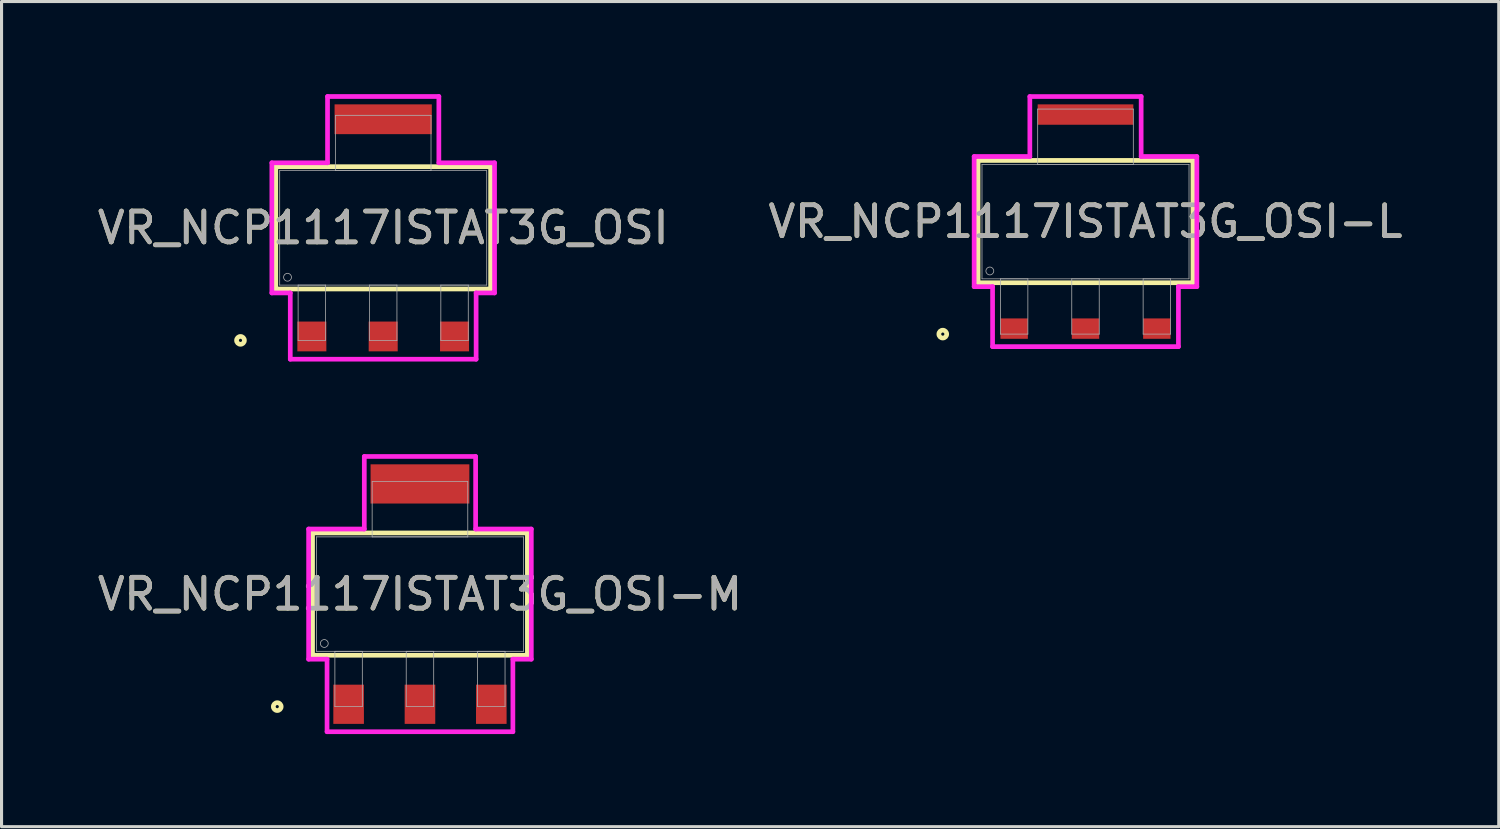
<source format=kicad_pcb>
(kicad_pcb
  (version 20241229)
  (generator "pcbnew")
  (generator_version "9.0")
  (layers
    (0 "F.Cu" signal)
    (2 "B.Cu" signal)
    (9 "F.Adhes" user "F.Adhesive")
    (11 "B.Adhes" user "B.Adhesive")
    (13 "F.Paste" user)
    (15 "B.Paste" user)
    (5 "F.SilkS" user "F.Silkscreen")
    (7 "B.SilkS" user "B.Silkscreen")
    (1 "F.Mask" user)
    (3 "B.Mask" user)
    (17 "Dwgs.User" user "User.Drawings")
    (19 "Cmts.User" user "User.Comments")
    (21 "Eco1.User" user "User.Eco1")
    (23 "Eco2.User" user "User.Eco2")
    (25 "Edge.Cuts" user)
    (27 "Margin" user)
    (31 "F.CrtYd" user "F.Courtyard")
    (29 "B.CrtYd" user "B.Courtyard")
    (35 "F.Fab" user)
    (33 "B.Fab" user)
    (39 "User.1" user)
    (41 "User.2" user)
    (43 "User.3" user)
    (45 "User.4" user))
  (footprint "VR_NCP1117ISTAT3G_OSI-M"
    (layer "F.Cu")
    (at 10.554 16.195)
    (property "Reference" "VR_NCP1117ISTAT3G_OSI-M" (at 0 0 0) (unlocked yes) (layer "F.SilkS") (effects (font (size 1 1) (thickness 0.15))))
    (attr smd)
    (fp_line (start -3.48 -1.981) (end -3.48 1.981) (stroke (width 0.152) (type solid)) (layer "F.SilkS"))
    (fp_line (start -3.48 1.981) (end 3.48 1.981) (stroke (width 0.152) (type solid)) (layer "F.SilkS"))
    (fp_line (start 3.48 -1.981) (end -3.48 -1.981) (stroke (width 0.152) (type solid)) (layer "F.SilkS"))
    (fp_line (start 3.48 1.981) (end 3.48 -1.981) (stroke (width 0.152) (type solid)) (layer "F.SilkS"))
    (fp_circle (center -4.623 3.645) (end -4.496 3.645) (stroke (width 0.152) (type solid)) (fill no) (layer "F.SilkS"))
    (fp_line (start -3.607 -2.108) (end -1.803 -2.108) (stroke (width 0.152) (type solid)) (layer "F.CrtYd"))
    (fp_line (start -3.607 2.108) (end -3.607 -2.108) (stroke (width 0.152) (type solid)) (layer "F.CrtYd"))
    (fp_line (start -3.01 2.108) (end -3.607 2.108) (stroke (width 0.152) (type solid)) (layer "F.CrtYd"))
    (fp_line (start -3.01 4.458) (end -3.01 2.108) (stroke (width 0.152) (type solid)) (layer "F.CrtYd"))
    (fp_line (start -1.803 -4.458) (end 1.803 -4.458) (stroke (width 0.152) (type solid)) (layer "F.CrtYd"))
    (fp_line (start -1.803 -2.108) (end -1.803 -4.458) (stroke (width 0.152) (type solid)) (layer "F.CrtYd"))
    (fp_line (start 1.803 -4.458) (end 1.803 -2.108) (stroke (width 0.152) (type solid)) (layer "F.CrtYd"))
    (fp_line (start 1.803 -2.108) (end 3.607 -2.108) (stroke (width 0.152) (type solid)) (layer "F.CrtYd"))
    (fp_line (start 3.01 2.108) (end 3.01 4.458) (stroke (width 0.152) (type solid)) (layer "F.CrtYd"))
    (fp_line (start 3.01 4.458) (end -3.01 4.458) (stroke (width 0.152) (type solid)) (layer "F.CrtYd"))
    (fp_line (start 3.607 -2.108) (end 3.607 2.108) (stroke (width 0.152) (type solid)) (layer "F.CrtYd"))
    (fp_line (start 3.607 2.108) (end 3.01 2.108) (stroke (width 0.152) (type solid)) (layer "F.CrtYd"))
    (fp_line (start -3.353 -1.854) (end -3.353 1.854) (stroke (width 0.025) (type solid)) (layer "F.Fab"))
    (fp_line (start -3.353 1.854) (end 3.353 1.854) (stroke (width 0.025) (type solid)) (layer "F.Fab"))
    (fp_line (start -2.756 1.854) (end -2.756 3.645) (stroke (width 0.025) (type solid)) (layer "F.Fab"))
    (fp_line (start -2.756 3.645) (end -1.867 3.645) (stroke (width 0.025) (type solid)) (layer "F.Fab"))
    (fp_line (start -1.867 1.854) (end -2.756 1.854) (stroke (width 0.025) (type solid)) (layer "F.Fab"))
    (fp_line (start -1.867 3.645) (end -1.867 1.854) (stroke (width 0.025) (type solid)) (layer "F.Fab"))
    (fp_line (start -1.549 -3.645) (end -1.549 -1.854) (stroke (width 0.025) (type solid)) (layer "F.Fab"))
    (fp_line (start -1.549 -1.854) (end 1.549 -1.854) (stroke (width 0.025) (type solid)) (layer "F.Fab"))
    (fp_line (start -0.445 1.854) (end -0.445 3.645) (stroke (width 0.025) (type solid)) (layer "F.Fab"))
    (fp_line (start -0.445 3.645) (end 0.445 3.645) (stroke (width 0.025) (type solid)) (layer "F.Fab"))
    (fp_line (start 0.445 1.854) (end -0.445 1.854) (stroke (width 0.025) (type solid)) (layer "F.Fab"))
    (fp_line (start 0.445 3.645) (end 0.445 1.854) (stroke (width 0.025) (type solid)) (layer "F.Fab"))
    (fp_line (start 1.549 -3.645) (end -1.549 -3.645) (stroke (width 0.025) (type solid)) (layer "F.Fab"))
    (fp_line (start 1.549 -1.854) (end 1.549 -3.645) (stroke (width 0.025) (type solid)) (layer "F.Fab"))
    (fp_line (start 1.867 1.854) (end 1.867 3.645) (stroke (width 0.025) (type solid)) (layer "F.Fab"))
    (fp_line (start 1.867 3.645) (end 2.756 3.645) (stroke (width 0.025) (type solid)) (layer "F.Fab"))
    (fp_line (start 2.756 1.854) (end 1.867 1.854) (stroke (width 0.025) (type solid)) (layer "F.Fab"))
    (fp_line (start 2.756 3.645) (end 2.756 1.854) (stroke (width 0.025) (type solid)) (layer "F.Fab"))
    (fp_line (start 3.353 -1.854) (end -3.353 -1.854) (stroke (width 0.025) (type solid)) (layer "F.Fab"))
    (fp_line (start 3.353 1.854) (end 3.353 -1.854) (stroke (width 0.025) (type solid)) (layer "F.Fab"))
    (fp_circle (center -3.099 1.6) (end -2.972 1.6) (stroke (width 0.025) (type solid)) (fill no) (layer "F.Fab"))
    (fp_text user "${REFERENCE}" (at 0 0 0) (unlocked yes) (layer "F.Fab") (effects (font (size 1 1) (thickness 0.15))))
    (pad "1" smd rect (at -2.311 3.569) (size 0.991 1.27) (layers "F.Cu" "F.Mask" "F.Paste"))
    (pad "2" smd rect (at 0 3.569) (size 0.991 1.27) (layers "F.Cu" "F.Mask" "F.Paste"))
    (pad "3" smd rect (at 2.311 3.569) (size 0.991 1.27) (layers "F.Cu" "F.Mask" "F.Paste"))
    (pad "4" smd rect (at 0 -3.569) (size 3.2 1.27) (layers "F.Cu" "F.Mask" "F.Paste")))
  (footprint "VR_NCP1117ISTAT3G_OSI-L"
    (layer "F.Cu")
    (at 32.113 4.128)
    (property "Reference" "VR_NCP1117ISTAT3G_OSI-L" (at 0 0 0) (unlocked yes) (layer "F.SilkS") (effects (font (size 1 1) (thickness 0.15))))
    (attr smd)
    (fp_line (start -3.48 -1.981) (end -3.48 1.981) (stroke (width 0.152) (type solid)) (layer "F.SilkS"))
    (fp_line (start -3.48 1.981) (end 3.48 1.981) (stroke (width 0.152) (type solid)) (layer "F.SilkS"))
    (fp_line (start 3.48 -1.981) (end -3.48 -1.981) (stroke (width 0.152) (type solid)) (layer "F.SilkS"))
    (fp_line (start 3.48 1.981) (end 3.48 -1.981) (stroke (width 0.152) (type solid)) (layer "F.SilkS"))
    (fp_circle (center -4.623 3.645) (end -4.496 3.645) (stroke (width 0.152) (type solid)) (fill no) (layer "F.SilkS"))
    (fp_line (start -3.607 -2.108) (end -1.803 -2.108) (stroke (width 0.152) (type solid)) (layer "F.CrtYd"))
    (fp_line (start -3.607 2.108) (end -3.607 -2.108) (stroke (width 0.152) (type solid)) (layer "F.CrtYd"))
    (fp_line (start -3.01 2.108) (end -3.607 2.108) (stroke (width 0.152) (type solid)) (layer "F.CrtYd"))
    (fp_line (start -3.01 4.051) (end -3.01 2.108) (stroke (width 0.152) (type solid)) (layer "F.CrtYd"))
    (fp_line (start -1.803 -4.051) (end 1.803 -4.051) (stroke (width 0.152) (type solid)) (layer "F.CrtYd"))
    (fp_line (start -1.803 -2.108) (end -1.803 -4.051) (stroke (width 0.152) (type solid)) (layer "F.CrtYd"))
    (fp_line (start 1.803 -4.051) (end 1.803 -2.108) (stroke (width 0.152) (type solid)) (layer "F.CrtYd"))
    (fp_line (start 1.803 -2.108) (end 3.607 -2.108) (stroke (width 0.152) (type solid)) (layer "F.CrtYd"))
    (fp_line (start 3.01 2.108) (end 3.01 4.051) (stroke (width 0.152) (type solid)) (layer "F.CrtYd"))
    (fp_line (start 3.01 4.051) (end -3.01 4.051) (stroke (width 0.152) (type solid)) (layer "F.CrtYd"))
    (fp_line (start 3.607 -2.108) (end 3.607 2.108) (stroke (width 0.152) (type solid)) (layer "F.CrtYd"))
    (fp_line (start 3.607 2.108) (end 3.01 2.108) (stroke (width 0.152) (type solid)) (layer "F.CrtYd"))
    (fp_line (start -3.353 -1.854) (end -3.353 1.854) (stroke (width 0.025) (type solid)) (layer "F.Fab"))
    (fp_line (start -3.353 1.854) (end 3.353 1.854) (stroke (width 0.025) (type solid)) (layer "F.Fab"))
    (fp_line (start -2.756 1.854) (end -2.756 3.645) (stroke (width 0.025) (type solid)) (layer "F.Fab"))
    (fp_line (start -2.756 3.645) (end -1.867 3.645) (stroke (width 0.025) (type solid)) (layer "F.Fab"))
    (fp_line (start -1.867 1.854) (end -2.756 1.854) (stroke (width 0.025) (type solid)) (layer "F.Fab"))
    (fp_line (start -1.867 3.645) (end -1.867 1.854) (stroke (width 0.025) (type solid)) (layer "F.Fab"))
    (fp_line (start -1.549 -3.645) (end -1.549 -1.854) (stroke (width 0.025) (type solid)) (layer "F.Fab"))
    (fp_line (start -1.549 -1.854) (end 1.549 -1.854) (stroke (width 0.025) (type solid)) (layer "F.Fab"))
    (fp_line (start -0.445 1.854) (end -0.445 3.645) (stroke (width 0.025) (type solid)) (layer "F.Fab"))
    (fp_line (start -0.445 3.645) (end 0.445 3.645) (stroke (width 0.025) (type solid)) (layer "F.Fab"))
    (fp_line (start 0.445 1.854) (end -0.445 1.854) (stroke (width 0.025) (type solid)) (layer "F.Fab"))
    (fp_line (start 0.445 3.645) (end 0.445 1.854) (stroke (width 0.025) (type solid)) (layer "F.Fab"))
    (fp_line (start 1.549 -3.645) (end -1.549 -3.645) (stroke (width 0.025) (type solid)) (layer "F.Fab"))
    (fp_line (start 1.549 -1.854) (end 1.549 -3.645) (stroke (width 0.025) (type solid)) (layer "F.Fab"))
    (fp_line (start 1.867 1.854) (end 1.867 3.645) (stroke (width 0.025) (type solid)) (layer "F.Fab"))
    (fp_line (start 1.867 3.645) (end 2.756 3.645) (stroke (width 0.025) (type solid)) (layer "F.Fab"))
    (fp_line (start 2.756 1.854) (end 1.867 1.854) (stroke (width 0.025) (type solid)) (layer "F.Fab"))
    (fp_line (start 2.756 3.645) (end 2.756 1.854) (stroke (width 0.025) (type solid)) (layer "F.Fab"))
    (fp_line (start 3.353 -1.854) (end -3.353 -1.854) (stroke (width 0.025) (type solid)) (layer "F.Fab"))
    (fp_line (start 3.353 1.854) (end 3.353 -1.854) (stroke (width 0.025) (type solid)) (layer "F.Fab"))
    (fp_circle (center -3.099 1.6) (end -2.972 1.6) (stroke (width 0.025) (type solid)) (fill no) (layer "F.Fab"))
    (fp_text user "${REFERENCE}" (at 0 0 0) (unlocked yes) (layer "F.Fab") (effects (font (size 1 1) (thickness 0.15))))
    (pad "1" smd rect (at -2.311 3.467) (size 0.889 0.66) (layers "F.Cu" "F.Mask" "F.Paste"))
    (pad "2" smd rect (at 0 3.467) (size 0.889 0.66) (layers "F.Cu" "F.Mask" "F.Paste"))
    (pad "3" smd rect (at 2.311 3.467) (size 0.889 0.66) (layers "F.Cu" "F.Mask" "F.Paste"))
    (pad "4" smd rect (at 0 -3.467) (size 3.099 0.66) (layers "F.Cu" "F.Mask" "F.Paste")))
  (footprint "VR_NCP1117ISTAT3G_OSI"
    (layer "F.Cu")
    (at 9.363 4.331)
    (property "Reference" "VR_NCP1117ISTAT3G_OSI" (at 0 0 0) (unlocked yes) (layer "F.SilkS") (effects (font (size 1 1) (thickness 0.15))))
    (attr smd)
    (fp_line (start -3.48 -1.981) (end -3.48 1.981) (stroke (width 0.152) (type solid)) (layer "F.SilkS"))
    (fp_line (start -3.48 1.981) (end 3.48 1.981) (stroke (width 0.152) (type solid)) (layer "F.SilkS"))
    (fp_line (start 3.48 -1.981) (end -3.48 -1.981) (stroke (width 0.152) (type solid)) (layer "F.SilkS"))
    (fp_line (start 3.48 1.981) (end 3.48 -1.981) (stroke (width 0.152) (type solid)) (layer "F.SilkS"))
    (fp_circle (center -4.623 3.645) (end -4.496 3.645) (stroke (width 0.152) (type solid)) (fill no) (layer "F.SilkS"))
    (fp_line (start -3.607 -2.108) (end -1.803 -2.108) (stroke (width 0.152) (type solid)) (layer "F.CrtYd"))
    (fp_line (start -3.607 2.108) (end -3.607 -2.108) (stroke (width 0.152) (type solid)) (layer "F.CrtYd"))
    (fp_line (start -3.01 2.108) (end -3.607 2.108) (stroke (width 0.152) (type solid)) (layer "F.CrtYd"))
    (fp_line (start -3.01 4.255) (end -3.01 2.108) (stroke (width 0.152) (type solid)) (layer "F.CrtYd"))
    (fp_line (start -1.803 -4.255) (end 1.803 -4.255) (stroke (width 0.152) (type solid)) (layer "F.CrtYd"))
    (fp_line (start -1.803 -2.108) (end -1.803 -4.255) (stroke (width 0.152) (type solid)) (layer "F.CrtYd"))
    (fp_line (start 1.803 -4.255) (end 1.803 -2.108) (stroke (width 0.152) (type solid)) (layer "F.CrtYd"))
    (fp_line (start 1.803 -2.108) (end 3.607 -2.108) (stroke (width 0.152) (type solid)) (layer "F.CrtYd"))
    (fp_line (start 3.01 2.108) (end 3.01 4.255) (stroke (width 0.152) (type solid)) (layer "F.CrtYd"))
    (fp_line (start 3.01 4.255) (end -3.01 4.255) (stroke (width 0.152) (type solid)) (layer "F.CrtYd"))
    (fp_line (start 3.607 -2.108) (end 3.607 2.108) (stroke (width 0.152) (type solid)) (layer "F.CrtYd"))
    (fp_line (start 3.607 2.108) (end 3.01 2.108) (stroke (width 0.152) (type solid)) (layer "F.CrtYd"))
    (fp_line (start -3.353 -1.854) (end -3.353 1.854) (stroke (width 0.025) (type solid)) (layer "F.Fab"))
    (fp_line (start -3.353 1.854) (end 3.353 1.854) (stroke (width 0.025) (type solid)) (layer "F.Fab"))
    (fp_line (start -2.756 1.854) (end -2.756 3.645) (stroke (width 0.025) (type solid)) (layer "F.Fab"))
    (fp_line (start -2.756 3.645) (end -1.867 3.645) (stroke (width 0.025) (type solid)) (layer "F.Fab"))
    (fp_line (start -1.867 1.854) (end -2.756 1.854) (stroke (width 0.025) (type solid)) (layer "F.Fab"))
    (fp_line (start -1.867 3.645) (end -1.867 1.854) (stroke (width 0.025) (type solid)) (layer "F.Fab"))
    (fp_line (start -1.549 -3.645) (end -1.549 -1.854) (stroke (width 0.025) (type solid)) (layer "F.Fab"))
    (fp_line (start -1.549 -1.854) (end 1.549 -1.854) (stroke (width 0.025) (type solid)) (layer "F.Fab"))
    (fp_line (start -0.445 1.854) (end -0.445 3.645) (stroke (width 0.025) (type solid)) (layer "F.Fab"))
    (fp_line (start -0.445 3.645) (end 0.445 3.645) (stroke (width 0.025) (type solid)) (layer "F.Fab"))
    (fp_line (start 0.445 1.854) (end -0.445 1.854) (stroke (width 0.025) (type solid)) (layer "F.Fab"))
    (fp_line (start 0.445 3.645) (end 0.445 1.854) (stroke (width 0.025) (type solid)) (layer "F.Fab"))
    (fp_line (start 1.549 -3.645) (end -1.549 -3.645) (stroke (width 0.025) (type solid)) (layer "F.Fab"))
    (fp_line (start 1.549 -1.854) (end 1.549 -3.645) (stroke (width 0.025) (type solid)) (layer "F.Fab"))
    (fp_line (start 1.867 1.854) (end 1.867 3.645) (stroke (width 0.025) (type solid)) (layer "F.Fab"))
    (fp_line (start 1.867 3.645) (end 2.756 3.645) (stroke (width 0.025) (type solid)) (layer "F.Fab"))
    (fp_line (start 2.756 1.854) (end 1.867 1.854) (stroke (width 0.025) (type solid)) (layer "F.Fab"))
    (fp_line (start 2.756 3.645) (end 2.756 1.854) (stroke (width 0.025) (type solid)) (layer "F.Fab"))
    (fp_line (start 3.353 -1.854) (end -3.353 -1.854) (stroke (width 0.025) (type solid)) (layer "F.Fab"))
    (fp_line (start 3.353 1.854) (end 3.353 -1.854) (stroke (width 0.025) (type solid)) (layer "F.Fab"))
    (fp_circle (center -3.099 1.6) (end -2.972 1.6) (stroke (width 0.025) (type solid)) (fill no) (layer "F.Fab"))
    (fp_text user "${REFERENCE}" (at 0 0 0) (unlocked yes) (layer "F.Fab") (effects (font (size 1 1) (thickness 0.15))))
    (pad "1" smd rect (at -2.311 3.518) (size 0.94 0.965) (layers "F.Cu" "F.Mask" "F.Paste"))
    (pad "2" smd rect (at 0 3.518) (size 0.94 0.965) (layers "F.Cu" "F.Mask" "F.Paste"))
    (pad "3" smd rect (at 2.311 3.518) (size 0.94 0.965) (layers "F.Cu" "F.Mask" "F.Paste"))
    (pad "4" smd rect (at 0 -3.518) (size 3.15 0.965) (layers "F.Cu" "F.Mask" "F.Paste")))
  (gr_rect
    (start -3 -3)
    (end 45.5 23.729)
    (stroke (width 0.1) (type default))
    (fill no)
    (layer "Edge.Cuts")))
</source>
